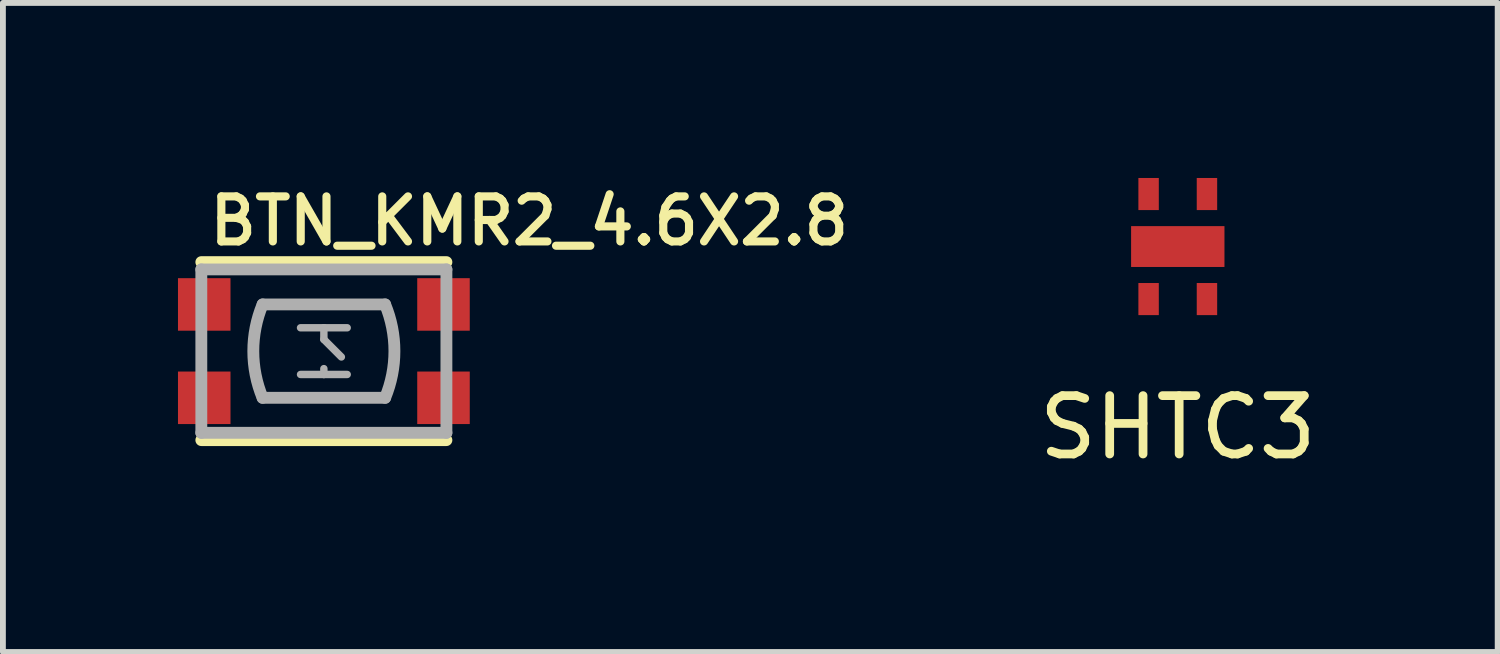
<source format=kicad_pcb>
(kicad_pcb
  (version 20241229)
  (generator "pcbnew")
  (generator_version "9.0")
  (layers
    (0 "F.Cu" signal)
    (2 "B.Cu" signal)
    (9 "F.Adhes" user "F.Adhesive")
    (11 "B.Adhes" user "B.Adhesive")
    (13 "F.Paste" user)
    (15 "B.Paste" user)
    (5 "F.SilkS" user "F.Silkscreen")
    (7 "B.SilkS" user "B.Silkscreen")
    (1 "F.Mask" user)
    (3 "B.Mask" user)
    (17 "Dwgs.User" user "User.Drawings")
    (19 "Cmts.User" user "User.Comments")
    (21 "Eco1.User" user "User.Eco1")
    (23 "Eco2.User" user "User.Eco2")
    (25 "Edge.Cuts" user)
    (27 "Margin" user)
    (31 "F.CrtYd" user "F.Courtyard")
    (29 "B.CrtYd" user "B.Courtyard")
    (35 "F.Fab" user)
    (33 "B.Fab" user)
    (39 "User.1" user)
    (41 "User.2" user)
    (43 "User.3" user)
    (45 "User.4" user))
  (footprint "BTN_KMR2_4.6X2.8"
    (layer "F.Cu")
    (at 2.5 2.967)
    (property "Reference" "BTN_KMR2_4.6X2.8" (at -2.032 -1.778 180) (layer "F.SilkS") (effects (font (size 0.772 0.772) (thickness 0.139)) (justify left bottom)))
    (attr through_hole)
    (fp_line (start -2.1 -1.525) (end 2.1 -1.525) (stroke (width 0.203) (type solid)) (layer "F.SilkS"))
    (fp_line (start 2.1 1.525) (end -2.1 1.525) (stroke (width 0.203) (type solid)) (layer "F.SilkS"))
    (fp_line (start -2.1 -1.4) (end 2.1 -1.4) (stroke (width 0.203) (type solid)) (layer "F.Fab"))
    (fp_line (start -2.1 1.4) (end -2.1 -1.4) (stroke (width 0.203) (type solid)) (layer "F.Fab"))
    (fp_line (start -1.05 -0.8) (end 1.05 -0.8) (stroke (width 0.203) (type solid)) (layer "F.Fab"))
    (fp_line (start -0.4 -0.4) (end 0 -0.4) (stroke (width 0.127) (type solid)) (layer "F.Fab"))
    (fp_line (start -0.4 0.4) (end 0 0.4) (stroke (width 0.127) (type solid)) (layer "F.Fab"))
    (fp_line (start 0 -0.4) (end 0 -0.2) (stroke (width 0.127) (type solid)) (layer "F.Fab"))
    (fp_line (start 0 -0.4) (end 0.4 -0.4) (stroke (width 0.127) (type solid)) (layer "F.Fab"))
    (fp_line (start 0 -0.2) (end 0.3 0.1) (stroke (width 0.127) (type solid)) (layer "F.Fab"))
    (fp_line (start 0 0.4) (end 0 0.3) (stroke (width 0.127) (type solid)) (layer "F.Fab"))
    (fp_line (start 0 0.4) (end 0.4 0.4) (stroke (width 0.127) (type solid)) (layer "F.Fab"))
    (fp_line (start 1.05 0.8) (end -1.05 0.8) (stroke (width 0.203) (type solid)) (layer "F.Fab"))
    (fp_line (start 2.1 -1.4) (end 2.1 1.4) (stroke (width 0.203) (type solid)) (layer "F.Fab"))
    (fp_line (start 2.1 1.4) (end -2.1 1.4) (stroke (width 0.203) (type solid)) (layer "F.Fab"))
    (fp_arc (start -1.05 0.8) (mid -1.209128 0) (end -1.05 -0.799999) (stroke (width 0.2032) (type solid)) (layer "F.Fab"))
    (fp_arc (start 1.05 -0.8) (mid 1.209128 0) (end 1.05 0.799999) (stroke (width 0.2032) (type solid)) (layer "F.Fab"))
    (pad "A" smd rect (at 2.05 -0.8) (size 0.9 0.9) (layers "F.Cu" "F.Mask" "F.Paste"))
    (pad "A'" smd rect (at -2.05 -0.8) (size 0.9 0.9) (layers "F.Cu" "F.Mask" "F.Paste"))
    (pad "B" smd rect (at 2.05 0.8) (size 0.9 0.9) (layers "F.Cu" "F.Mask" "F.Paste"))
    (pad "B'" smd rect (at -2.05 0.8) (size 0.9 0.9) (layers "F.Cu" "F.Mask" "F.Paste")))
  (footprint "SHTC3"
    (layer "F.Cu")
    (at 17.133 1.175)
    (property "Reference" "SHTC3" (at 0 3.1 0) (layer "F.SilkS") (effects (font (size 1 1) (thickness 0.15))))
    (attr through_hole)
    (pad "1" smd rect (at -0.5 0.9) (size 0.35 0.55) (layers "F.Cu" "F.Mask" "F.Paste"))
    (pad "2" smd rect (at 0.5 0.9) (size 0.35 0.55) (layers "F.Cu" "F.Mask" "F.Paste"))
    (pad "3" smd rect (at 0.5 -0.9) (size 0.35 0.55) (layers "F.Cu" "F.Mask" "F.Paste"))
    (pad "4" smd rect (at -0.5 -0.9) (size 0.35 0.55) (layers "F.Cu" "F.Mask" "F.Paste"))
    (pad "4" smd rect (at 0 0) (size 1.6 0.7) (layers "F.Cu" "F.Mask" "F.Paste")))
  (gr_rect
    (start -3 -3)
    (end 22.615 8.123)
    (stroke (width 0.1) (type default))
    (fill no)
    (layer "Edge.Cuts")))
</source>
